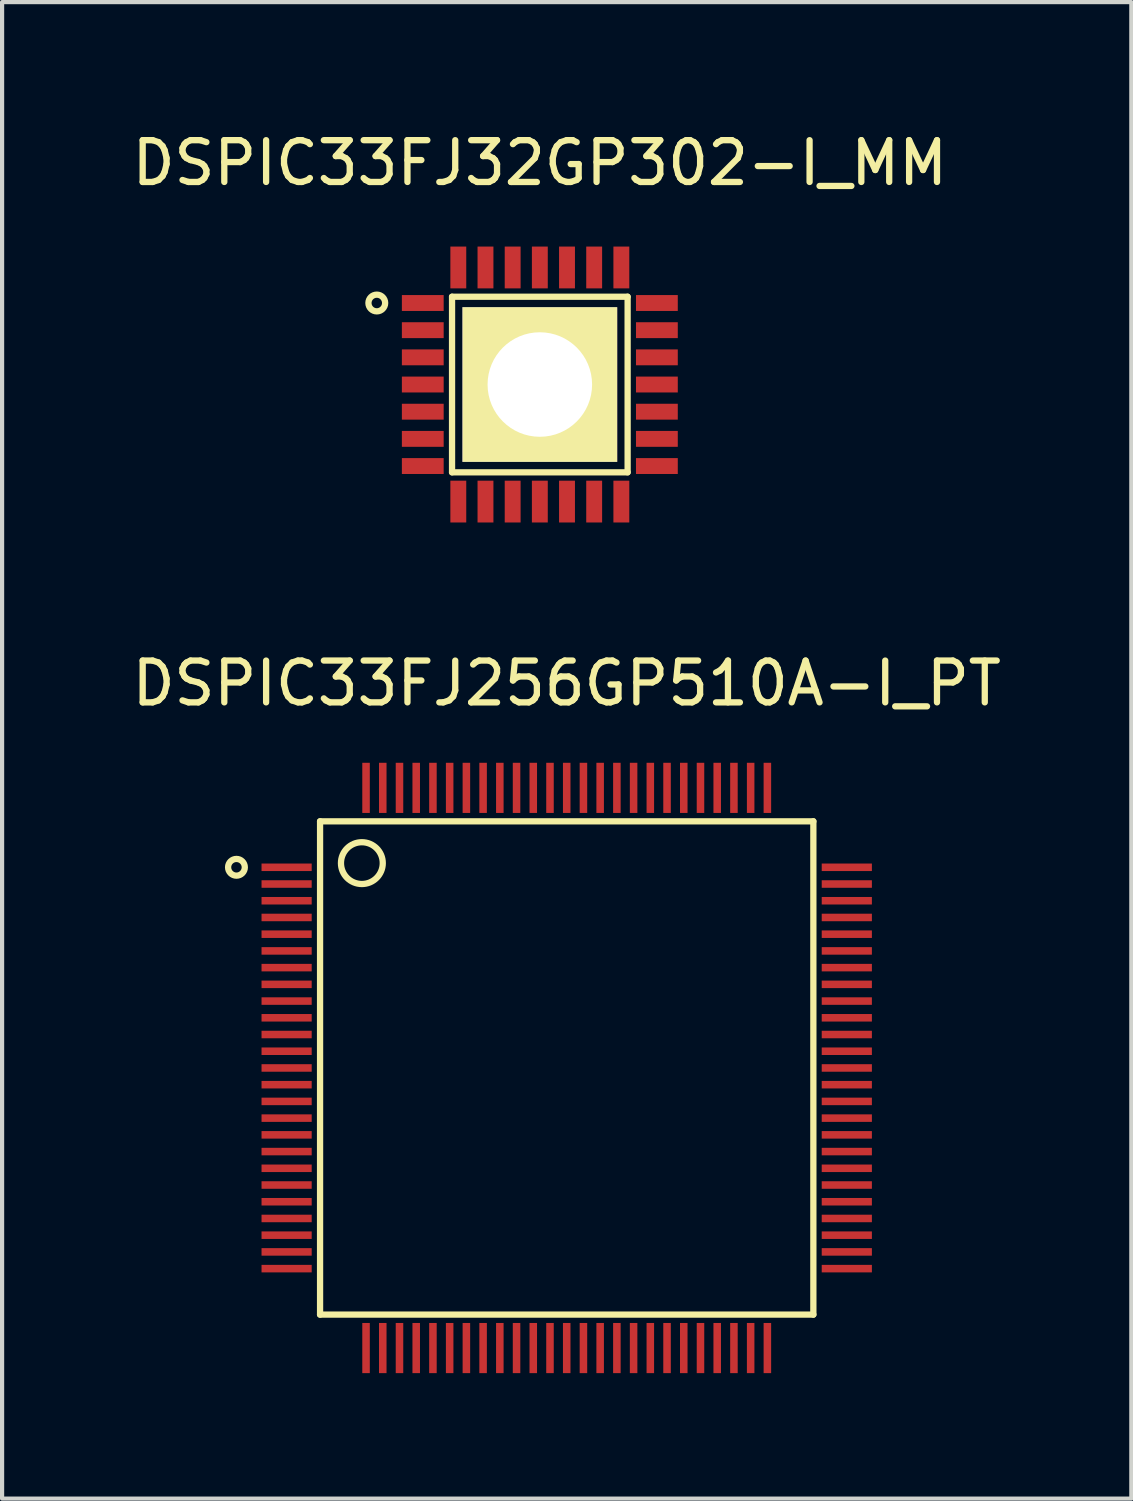
<source format=kicad_pcb>
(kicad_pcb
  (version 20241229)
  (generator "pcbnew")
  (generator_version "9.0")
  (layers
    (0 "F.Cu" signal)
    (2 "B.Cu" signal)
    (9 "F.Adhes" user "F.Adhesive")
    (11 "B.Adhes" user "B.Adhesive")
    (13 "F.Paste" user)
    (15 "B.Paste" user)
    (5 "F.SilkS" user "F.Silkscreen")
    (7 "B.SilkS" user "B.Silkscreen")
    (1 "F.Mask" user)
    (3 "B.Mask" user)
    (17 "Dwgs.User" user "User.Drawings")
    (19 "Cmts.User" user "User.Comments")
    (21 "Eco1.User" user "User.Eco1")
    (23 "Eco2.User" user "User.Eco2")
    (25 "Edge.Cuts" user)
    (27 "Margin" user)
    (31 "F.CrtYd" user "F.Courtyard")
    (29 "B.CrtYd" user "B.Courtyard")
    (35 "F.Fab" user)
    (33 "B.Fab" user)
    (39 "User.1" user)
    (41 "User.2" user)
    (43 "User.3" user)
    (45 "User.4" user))
  (footprint "DSPIC33FJ32GP302-I_MM"
    (layer "F.Cu")
    (at 7.063 3.348)
    (property "Reference" "DSPIC33FJ32GP302-I_MM" (at 2.8 -2.5 0) (layer "F.SilkS") (effects (font (size 1 1) (thickness 0.15))))
    (attr through_hole)
    (fp_line (start 0.7 0.7) (end 0.7 4.9) (stroke (width 0.15) (type solid)) (layer "F.SilkS"))
    (fp_line (start 0.7 0.7) (end 4.9 0.7) (stroke (width 0.15) (type solid)) (layer "F.SilkS"))
    (fp_line (start 0.7 4.9) (end 4.9 4.9) (stroke (width 0.15) (type solid)) (layer "F.SilkS"))
    (fp_line (start 4.9 4.9) (end 4.9 0.7) (stroke (width 0.15) (type solid)) (layer "F.SilkS"))
    (fp_circle (center -1.1 0.85) (end -1.1 0.65) (stroke (width 0.15) (type solid)) (fill no) (layer "F.SilkS"))
    (fp_circle (center 1.7 1.7) (end 1.7 1.2) (stroke (width 0.15) (type solid)) (fill no) (layer "F.SilkS"))
    (pad "1" smd rect (at 0 0.85) (size 1 0.38) (layers "F.Cu" "F.Mask" "F.Paste"))
    (pad "2" smd rect (at 0 1.5) (size 1 0.38) (layers "F.Cu" "F.Mask" "F.Paste"))
    (pad "3" smd rect (at 0 2.15) (size 1 0.38) (layers "F.Cu" "F.Mask" "F.Paste"))
    (pad "4" smd rect (at 0 2.8) (size 1 0.38) (layers "F.Cu" "F.Mask" "F.Paste"))
    (pad "5" smd rect (at 0 3.45) (size 1 0.38) (layers "F.Cu" "F.Mask" "F.Paste"))
    (pad "6" smd rect (at 0 4.1) (size 1 0.38) (layers "F.Cu" "F.Mask" "F.Paste"))
    (pad "7" smd rect (at 0 4.75) (size 1 0.38) (layers "F.Cu" "F.Mask" "F.Paste"))
    (pad "8" smd rect (at 0.85 5.6) (size 0.38 1) (layers "F.Cu" "F.Mask" "F.Paste"))
    (pad "9" smd rect (at 1.5 5.6) (size 0.38 1) (layers "F.Cu" "F.Mask" "F.Paste"))
    (pad "10" smd rect (at 2.15 5.6) (size 0.38 1) (layers "F.Cu" "F.Mask" "F.Paste"))
    (pad "11" smd rect (at 2.8 5.6) (size 0.38 1) (layers "F.Cu" "F.Mask" "F.Paste"))
    (pad "12" smd rect (at 3.45 5.6) (size 0.38 1) (layers "F.Cu" "F.Mask" "F.Paste"))
    (pad "13" smd rect (at 4.1 5.6) (size 0.38 1) (layers "F.Cu" "F.Mask" "F.Paste"))
    (pad "14" smd rect (at 4.75 5.6) (size 0.38 1) (layers "F.Cu" "F.Mask" "F.Paste"))
    (pad "15" smd rect (at 5.6 4.75) (size 1 0.38) (layers "F.Cu" "F.Mask" "F.Paste"))
    (pad "16" smd rect (at 5.6 4.1) (size 1 0.38) (layers "F.Cu" "F.Mask" "F.Paste"))
    (pad "17" smd rect (at 5.6 3.45) (size 1 0.38) (layers "F.Cu" "F.Mask" "F.Paste"))
    (pad "18" smd rect (at 5.6 2.8) (size 1 0.38) (layers "F.Cu" "F.Mask" "F.Paste"))
    (pad "19" smd rect (at 5.6 2.15) (size 1 0.38) (layers "F.Cu" "F.Mask" "F.Paste"))
    (pad "20" smd rect (at 5.6 1.5) (size 1 0.38) (layers "F.Cu" "F.Mask" "F.Paste"))
    (pad "21" smd rect (at 5.6 0.85) (size 1 0.38) (layers "F.Cu" "F.Mask" "F.Paste"))
    (pad "22" smd rect (at 4.75 0) (size 0.38 1) (layers "F.Cu" "F.Mask" "F.Paste"))
    (pad "23" smd rect (at 4.1 0) (size 0.38 1) (layers "F.Cu" "F.Mask" "F.Paste"))
    (pad "24" smd rect (at 3.45 0) (size 0.38 1) (layers "F.Cu" "F.Mask" "F.Paste"))
    (pad "25" smd rect (at 2.8 0) (size 0.38 1) (layers "F.Cu" "F.Mask" "F.Paste"))
    (pad "26" smd rect (at 2.15 0) (size 0.38 1) (layers "F.Cu" "F.Mask" "F.Paste"))
    (pad "27" smd rect (at 1.5 0) (size 0.38 1) (layers "F.Cu" "F.Mask" "F.Paste"))
    (pad "28" smd rect (at 0.85 0) (size 0.38 1) (layers "F.Cu" "F.Mask" "F.Paste"))
    (pad "999" thru_hole rect (at 2.8 2.8) (size 3.7 3.7) (drill 2.5) (layers "*.Cu" "*.Mask" "F.SilkS")))
  (footprint "DSPIC33FJ256GP510A-I_PT"
    (layer "F.Cu")
    (at 3.806 15.796)
    (property "Reference" "DSPIC33FJ256GP510A-I_PT" (at 6.7 -2.5 0) (layer "F.SilkS") (effects (font (size 1 1) (thickness 0.15))))
    (attr through_hole)
    (fp_line (start 0.8 0.8) (end 0.8 12.6) (stroke (width 0.15) (type solid)) (layer "F.SilkS"))
    (fp_line (start 0.8 0.8) (end 12.6 0.8) (stroke (width 0.15) (type solid)) (layer "F.SilkS"))
    (fp_line (start 0.8 12.6) (end 12.6 12.6) (stroke (width 0.15) (type solid)) (layer "F.SilkS"))
    (fp_line (start 12.6 12.6) (end 12.6 0.8) (stroke (width 0.15) (type solid)) (layer "F.SilkS"))
    (fp_circle (center -1.2 1.9) (end -1.2 1.7) (stroke (width 0.15) (type solid)) (fill no) (layer "F.SilkS"))
    (fp_circle (center 1.8 1.8) (end 1.8 1.3) (stroke (width 0.15) (type solid)) (fill no) (layer "F.SilkS"))
    (pad "1" smd rect (at 0 1.9) (size 1.2 0.18) (layers "F.Cu" "F.Mask" "F.Paste"))
    (pad "2" smd rect (at 0 2.3) (size 1.2 0.18) (layers "F.Cu" "F.Mask" "F.Paste"))
    (pad "3" smd rect (at 0 2.7) (size 1.2 0.18) (layers "F.Cu" "F.Mask" "F.Paste"))
    (pad "4" smd rect (at 0 3.1) (size 1.2 0.18) (layers "F.Cu" "F.Mask" "F.Paste"))
    (pad "5" smd rect (at 0 3.5) (size 1.2 0.18) (layers "F.Cu" "F.Mask" "F.Paste"))
    (pad "6" smd rect (at 0 3.9) (size 1.2 0.18) (layers "F.Cu" "F.Mask" "F.Paste"))
    (pad "7" smd rect (at 0 4.3) (size 1.2 0.18) (layers "F.Cu" "F.Mask" "F.Paste"))
    (pad "8" smd rect (at 0 4.7) (size 1.2 0.18) (layers "F.Cu" "F.Mask" "F.Paste"))
    (pad "9" smd rect (at 0 5.1) (size 1.2 0.18) (layers "F.Cu" "F.Mask" "F.Paste"))
    (pad "10" smd rect (at 0 5.5) (size 1.2 0.18) (layers "F.Cu" "F.Mask" "F.Paste"))
    (pad "11" smd rect (at 0 5.9) (size 1.2 0.18) (layers "F.Cu" "F.Mask" "F.Paste"))
    (pad "12" smd rect (at 0 6.3) (size 1.2 0.18) (layers "F.Cu" "F.Mask" "F.Paste"))
    (pad "13" smd rect (at 0 6.7) (size 1.2 0.18) (layers "F.Cu" "F.Mask" "F.Paste"))
    (pad "14" smd rect (at 0 7.1) (size 1.2 0.18) (layers "F.Cu" "F.Mask" "F.Paste"))
    (pad "15" smd rect (at 0 7.5) (size 1.2 0.18) (layers "F.Cu" "F.Mask" "F.Paste"))
    (pad "16" smd rect (at 0 7.9) (size 1.2 0.18) (layers "F.Cu" "F.Mask" "F.Paste"))
    (pad "17" smd rect (at 0 8.3) (size 1.2 0.18) (layers "F.Cu" "F.Mask" "F.Paste"))
    (pad "18" smd rect (at 0 8.7) (size 1.2 0.18) (layers "F.Cu" "F.Mask" "F.Paste"))
    (pad "19" smd rect (at 0 9.1) (size 1.2 0.18) (layers "F.Cu" "F.Mask" "F.Paste"))
    (pad "20" smd rect (at 0 9.5) (size 1.2 0.18) (layers "F.Cu" "F.Mask" "F.Paste"))
    (pad "21" smd rect (at 0 9.9) (size 1.2 0.18) (layers "F.Cu" "F.Mask" "F.Paste"))
    (pad "22" smd rect (at 0 10.3) (size 1.2 0.18) (layers "F.Cu" "F.Mask" "F.Paste"))
    (pad "23" smd rect (at 0 10.7) (size 1.2 0.18) (layers "F.Cu" "F.Mask" "F.Paste"))
    (pad "24" smd rect (at 0 11.1) (size 1.2 0.18) (layers "F.Cu" "F.Mask" "F.Paste"))
    (pad "25" smd rect (at 0 11.5) (size 1.2 0.18) (layers "F.Cu" "F.Mask" "F.Paste"))
    (pad "26" smd rect (at 1.9 13.4) (size 0.18 1.2) (layers "F.Cu" "F.Mask" "F.Paste"))
    (pad "27" smd rect (at 2.3 13.4) (size 0.18 1.2) (layers "F.Cu" "F.Mask" "F.Paste"))
    (pad "28" smd rect (at 2.7 13.4) (size 0.18 1.2) (layers "F.Cu" "F.Mask" "F.Paste"))
    (pad "29" smd rect (at 3.1 13.4) (size 0.18 1.2) (layers "F.Cu" "F.Mask" "F.Paste"))
    (pad "30" smd rect (at 3.5 13.4) (size 0.18 1.2) (layers "F.Cu" "F.Mask" "F.Paste"))
    (pad "31" smd rect (at 3.9 13.4) (size 0.18 1.2) (layers "F.Cu" "F.Mask" "F.Paste"))
    (pad "32" smd rect (at 4.3 13.4) (size 0.18 1.2) (layers "F.Cu" "F.Mask" "F.Paste"))
    (pad "33" smd rect (at 4.7 13.4) (size 0.18 1.2) (layers "F.Cu" "F.Mask" "F.Paste"))
    (pad "34" smd rect (at 5.1 13.4) (size 0.18 1.2) (layers "F.Cu" "F.Mask" "F.Paste"))
    (pad "35" smd rect (at 5.5 13.4) (size 0.18 1.2) (layers "F.Cu" "F.Mask" "F.Paste"))
    (pad "36" smd rect (at 5.9 13.4) (size 0.18 1.2) (layers "F.Cu" "F.Mask" "F.Paste"))
    (pad "37" smd rect (at 6.3 13.4) (size 0.18 1.2) (layers "F.Cu" "F.Mask" "F.Paste"))
    (pad "38" smd rect (at 6.7 13.4) (size 0.18 1.2) (layers "F.Cu" "F.Mask" "F.Paste"))
    (pad "39" smd rect (at 7.1 13.4) (size 0.18 1.2) (layers "F.Cu" "F.Mask" "F.Paste"))
    (pad "40" smd rect (at 7.5 13.4) (size 0.18 1.2) (layers "F.Cu" "F.Mask" "F.Paste"))
    (pad "41" smd rect (at 7.9 13.4) (size 0.18 1.2) (layers "F.Cu" "F.Mask" "F.Paste"))
    (pad "42" smd rect (at 8.3 13.4) (size 0.18 1.2) (layers "F.Cu" "F.Mask" "F.Paste"))
    (pad "43" smd rect (at 8.7 13.4) (size 0.18 1.2) (layers "F.Cu" "F.Mask" "F.Paste"))
    (pad "44" smd rect (at 9.1 13.4) (size 0.18 1.2) (layers "F.Cu" "F.Mask" "F.Paste"))
    (pad "45" smd rect (at 9.5 13.4) (size 0.18 1.2) (layers "F.Cu" "F.Mask" "F.Paste"))
    (pad "46" smd rect (at 9.9 13.4) (size 0.18 1.2) (layers "F.Cu" "F.Mask" "F.Paste"))
    (pad "47" smd rect (at 10.3 13.4) (size 0.18 1.2) (layers "F.Cu" "F.Mask" "F.Paste"))
    (pad "48" smd rect (at 10.7 13.4) (size 0.18 1.2) (layers "F.Cu" "F.Mask" "F.Paste"))
    (pad "49" smd rect (at 11.1 13.4) (size 0.18 1.2) (layers "F.Cu" "F.Mask" "F.Paste"))
    (pad "50" smd rect (at 11.5 13.4) (size 0.18 1.2) (layers "F.Cu" "F.Mask" "F.Paste"))
    (pad "51" smd rect (at 13.4 11.5) (size 1.2 0.18) (layers "F.Cu" "F.Mask" "F.Paste"))
    (pad "52" smd rect (at 13.4 11.1) (size 1.2 0.18) (layers "F.Cu" "F.Mask" "F.Paste"))
    (pad "53" smd rect (at 13.4 10.7) (size 1.2 0.18) (layers "F.Cu" "F.Mask" "F.Paste"))
    (pad "54" smd rect (at 13.4 10.3) (size 1.2 0.18) (layers "F.Cu" "F.Mask" "F.Paste"))
    (pad "55" smd rect (at 13.4 9.9) (size 1.2 0.18) (layers "F.Cu" "F.Mask" "F.Paste"))
    (pad "56" smd rect (at 13.4 9.5) (size 1.2 0.18) (layers "F.Cu" "F.Mask" "F.Paste"))
    (pad "57" smd rect (at 13.4 9.1) (size 1.2 0.18) (layers "F.Cu" "F.Mask" "F.Paste"))
    (pad "58" smd rect (at 13.4 8.7) (size 1.2 0.18) (layers "F.Cu" "F.Mask" "F.Paste"))
    (pad "59" smd rect (at 13.4 8.3) (size 1.2 0.18) (layers "F.Cu" "F.Mask" "F.Paste"))
    (pad "60" smd rect (at 13.4 7.9) (size 1.2 0.18) (layers "F.Cu" "F.Mask" "F.Paste"))
    (pad "61" smd rect (at 13.4 7.5) (size 1.2 0.18) (layers "F.Cu" "F.Mask" "F.Paste"))
    (pad "62" smd rect (at 13.4 7.1) (size 1.2 0.18) (layers "F.Cu" "F.Mask" "F.Paste"))
    (pad "63" smd rect (at 13.4 6.7) (size 1.2 0.18) (layers "F.Cu" "F.Mask" "F.Paste"))
    (pad "64" smd rect (at 13.4 6.3) (size 1.2 0.18) (layers "F.Cu" "F.Mask" "F.Paste"))
    (pad "65" smd rect (at 13.4 5.9) (size 1.2 0.18) (layers "F.Cu" "F.Mask" "F.Paste"))
    (pad "66" smd rect (at 13.4 5.5) (size 1.2 0.18) (layers "F.Cu" "F.Mask" "F.Paste"))
    (pad "67" smd rect (at 13.4 5.1) (size 1.2 0.18) (layers "F.Cu" "F.Mask" "F.Paste"))
    (pad "68" smd rect (at 13.4 4.7) (size 1.2 0.18) (layers "F.Cu" "F.Mask" "F.Paste"))
    (pad "69" smd rect (at 13.4 4.3) (size 1.2 0.18) (layers "F.Cu" "F.Mask" "F.Paste"))
    (pad "70" smd rect (at 13.4 3.9) (size 1.2 0.18) (layers "F.Cu" "F.Mask" "F.Paste"))
    (pad "71" smd rect (at 13.4 3.5) (size 1.2 0.18) (layers "F.Cu" "F.Mask" "F.Paste"))
    (pad "72" smd rect (at 13.4 3.1) (size 1.2 0.18) (layers "F.Cu" "F.Mask" "F.Paste"))
    (pad "73" smd rect (at 13.4 2.7) (size 1.2 0.18) (layers "F.Cu" "F.Mask" "F.Paste"))
    (pad "74" smd rect (at 13.4 2.3) (size 1.2 0.18) (layers "F.Cu" "F.Mask" "F.Paste"))
    (pad "75" smd rect (at 13.4 1.9) (size 1.2 0.18) (layers "F.Cu" "F.Mask" "F.Paste"))
    (pad "76" smd rect (at 11.5 0) (size 0.18 1.2) (layers "F.Cu" "F.Mask" "F.Paste"))
    (pad "77" smd rect (at 11.1 0) (size 0.18 1.2) (layers "F.Cu" "F.Mask" "F.Paste"))
    (pad "78" smd rect (at 10.7 0) (size 0.18 1.2) (layers "F.Cu" "F.Mask" "F.Paste"))
    (pad "79" smd rect (at 10.3 0) (size 0.18 1.2) (layers "F.Cu" "F.Mask" "F.Paste"))
    (pad "80" smd rect (at 9.9 0) (size 0.18 1.2) (layers "F.Cu" "F.Mask" "F.Paste"))
    (pad "81" smd rect (at 9.5 0) (size 0.18 1.2) (layers "F.Cu" "F.Mask" "F.Paste"))
    (pad "82" smd rect (at 9.1 0) (size 0.18 1.2) (layers "F.Cu" "F.Mask" "F.Paste"))
    (pad "83" smd rect (at 8.7 0) (size 0.18 1.2) (layers "F.Cu" "F.Mask" "F.Paste"))
    (pad "84" smd rect (at 8.3 0) (size 0.18 1.2) (layers "F.Cu" "F.Mask" "F.Paste"))
    (pad "85" smd rect (at 7.9 0) (size 0.18 1.2) (layers "F.Cu" "F.Mask" "F.Paste"))
    (pad "86" smd rect (at 7.5 0) (size 0.18 1.2) (layers "F.Cu" "F.Mask" "F.Paste"))
    (pad "87" smd rect (at 7.1 0) (size 0.18 1.2) (layers "F.Cu" "F.Mask" "F.Paste"))
    (pad "88" smd rect (at 6.7 0) (size 0.18 1.2) (layers "F.Cu" "F.Mask" "F.Paste"))
    (pad "89" smd rect (at 6.3 0) (size 0.18 1.2) (layers "F.Cu" "F.Mask" "F.Paste"))
    (pad "90" smd rect (at 5.9 0) (size 0.18 1.2) (layers "F.Cu" "F.Mask" "F.Paste"))
    (pad "91" smd rect (at 5.5 0) (size 0.18 1.2) (layers "F.Cu" "F.Mask" "F.Paste"))
    (pad "92" smd rect (at 5.1 0) (size 0.18 1.2) (layers "F.Cu" "F.Mask" "F.Paste"))
    (pad "93" smd rect (at 4.7 0) (size 0.18 1.2) (layers "F.Cu" "F.Mask" "F.Paste"))
    (pad "94" smd rect (at 4.3 0) (size 0.18 1.2) (layers "F.Cu" "F.Mask" "F.Paste"))
    (pad "95" smd rect (at 3.9 0) (size 0.18 1.2) (layers "F.Cu" "F.Mask" "F.Paste"))
    (pad "96" smd rect (at 3.5 0) (size 0.18 1.2) (layers "F.Cu" "F.Mask" "F.Paste"))
    (pad "97" smd rect (at 3.1 0) (size 0.18 1.2) (layers "F.Cu" "F.Mask" "F.Paste"))
    (pad "98" smd rect (at 2.7 0) (size 0.18 1.2) (layers "F.Cu" "F.Mask" "F.Paste"))
    (pad "99" smd rect (at 2.3 0) (size 0.18 1.2) (layers "F.Cu" "F.Mask" "F.Paste"))
    (pad "100" smd rect (at 1.9 0) (size 0.18 1.2) (layers "F.Cu" "F.Mask" "F.Paste")))
  (gr_rect
    (start -3 -3)
    (end 24.012 32.797)
    (stroke (width 0.1) (type default))
    (fill no)
    (layer "Edge.Cuts")))
</source>
